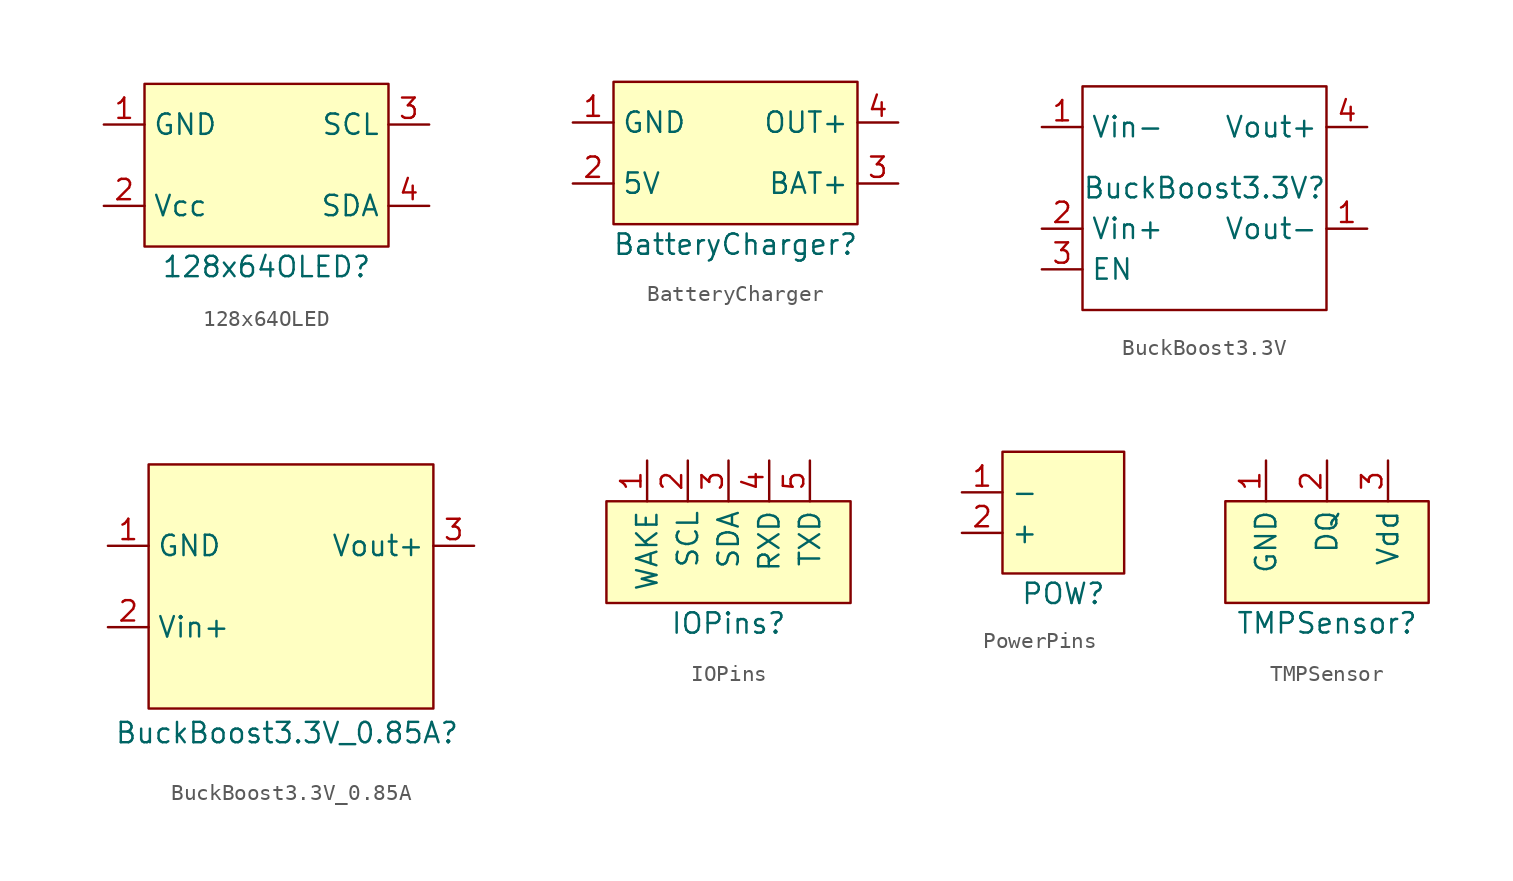
<source format=kicad_sym>
(kicad_symbol_lib
  (version 20241209)
  (generator "kicad_symbol_editor")
  (generator_version "9.0")
  (symbol "128x64OLED"
    (property "Reference" "128x64OLED"
      (at 0 0 0)
      (effects (font (size 1.27 1.27))))
    (property "Value" ""
      (at 0 0 0)
      (effects (font (size 1.27 1.27))))
    (symbol "128x64OLED_0_1"
      (rectangle (start -7.62 11.43) (end 7.62 1.27) (stroke (width 0) (type default)) (fill (type background))))
    (symbol "128x64OLED_1_1"
      (pin power_in line (at -10.16 8.89 0) (length 2.54) (name "GND" (effects (font (size 1.27 1.27)))) (number "1" (effects (font (size 1.27 1.27)))))
      (pin power_in line (at -10.16 3.81 0) (length 2.54) (name "Vcc" (effects (font (size 1.27 1.27)))) (number "2" (effects (font (size 1.27 1.27)))))
      (pin input line (at 10.16 8.89 180) (length 2.54) (name "SCL" (effects (font (size 1.27 1.27)))) (number "3" (effects (font (size 1.27 1.27)))))
      (pin bidirectional line (at 10.16 3.81 180) (length 2.54) (name "SDA" (effects (font (size 1.27 1.27)))) (number "4" (effects (font (size 1.27 1.27)))))))
  (symbol "BatteryCharger"
    (property "Reference" "BatteryCharger"
      (at 0 0 0)
      (effects (font (size 1.27 1.27))))
    (property "Value" ""
      (at 0 0 0)
      (effects (font (size 1.27 1.27))))
    (symbol "BatteryCharger_0_1"
      (rectangle (start -7.62 10.16) (end 7.62 1.27) (stroke (width 0) (type default)) (fill (type background))))
    (symbol "BatteryCharger_1_1"
      (pin power_in line (at -10.16 7.62 0) (length 2.54) (name "GND" (effects (font (size 1.27 1.27)))) (number "1" (effects (font (size 1.27 1.27)))))
      (pin power_in line (at -10.16 3.81 0) (length 2.54) (name "5V" (effects (font (size 1.27 1.27)))) (number "2" (effects (font (size 1.27 1.27)))))
      (pin power_out line (at 10.16 7.62 180) (length 2.54) (name "OUT+" (effects (font (size 1.27 1.27)))) (number "4" (effects (font (size 1.27 1.27)))))
      (pin bidirectional line (at 10.16 3.81 180) (length 2.54) (name "BAT+" (effects (font (size 1.27 1.27)))) (number "3" (effects (font (size 1.27 1.27)))))))
  (symbol "BuckBoost3.3V"
    (property "Reference" "BuckBoost3.3V"
      (at 0 0 0)
      (effects (font (size 1.27 1.27))))
    (property "Value" ""
      (at 0 0 0)
      (effects (font (size 1.27 1.27))))
    (symbol "BuckBoost3.3V_0_1"
      (rectangle (start -7.62 6.35) (end 7.62 -7.62) (stroke (width 0) (type default)) (fill (type none))))
    (symbol "BuckBoost3.3V_1_1"
      (pin input line (at -10.16 3.81 0) (length 2.54) (name "Vin-" (effects (font (size 1.27 1.27)))) (number "1" (effects (font (size 1.27 1.27)))))
      (pin input line (at -10.16 -2.54 0) (length 2.54) (name "Vin+" (effects (font (size 1.27 1.27)))) (number "2" (effects (font (size 1.27 1.27)))))
      (pin input line (at -10.16 -5.08 0) (length 2.54) (name "EN" (effects (font (size 1.27 1.27)))) (number "3" (effects (font (size 1.27 1.27)))))
      (pin output line (at 10.16 3.81 180) (length 2.54) (name "Vout+" (effects (font (size 1.27 1.27)))) (number "4" (effects (font (size 1.27 1.27)))))
      (pin output line (at 10.16 -2.54 180) (length 2.54) (name "Vout-" (effects (font (size 1.27 1.27)))) (number "1" (effects (font (size 1.27 1.27)))))))
  (symbol "BuckBoost3.3V_0.85A"
    (property "Reference" "BuckBoost3.3V_0.85A"
      (at -0.254 -9.144 0)
      (effects (font (size 1.27 1.27))))
    (property "Value" ""
      (at 0 0 0)
      (effects (font (size 1.27 1.27))))
    (symbol "BuckBoost3.3V_0.85A_0_1"
      (rectangle (start -8.89 7.62) (end 8.89 -7.62) (stroke (width 0) (type default)) (fill (type background))))
    (symbol "BuckBoost3.3V_0.85A_1_1"
      (pin power_in line (at -11.43 2.54 0) (length 2.54) (name "GND" (effects (font (size 1.27 1.27)))) (number "1" (effects (font (size 1.27 1.27)))))
      (pin power_in line (at -11.43 -2.54 0) (length 2.54) (name "Vin+" (effects (font (size 1.27 1.27)))) (number "2" (effects (font (size 1.27 1.27)))))
      (pin power_out line (at 11.43 2.54 180) (length 2.54) (name "Vout+" (effects (font (size 1.27 1.27)))) (number "3" (effects (font (size 1.27 1.27)))))))
  (symbol "IOPins"
    (property "Reference" "IOPins"
      (at 0 0 0)
      (effects (font (size 1.27 1.27))))
    (property "Value" ""
      (at 0 0 0)
      (effects (font (size 1.27 1.27))))
    (symbol "IOPins_0_1"
      (rectangle (start -7.62 7.62) (end 7.62 1.27) (stroke (width 0) (type default)) (fill (type background))))
    (symbol "IOPins_1_1"
      (pin bidirectional line (at -5.08 10.16 270) (length 2.54) (name "WAKE" (effects (font (size 1.27 1.27)))) (number "1" (effects (font (size 1.27 1.27)))))
      (pin bidirectional line (at -2.54 10.16 270) (length 2.54) (name "SCL" (effects (font (size 1.27 1.27)))) (number "2" (effects (font (size 1.27 1.27)))))
      (pin bidirectional line (at 0 10.16 270) (length 2.54) (name "SDA" (effects (font (size 1.27 1.27)))) (number "3" (effects (font (size 1.27 1.27)))))
      (pin bidirectional line (at 2.54 10.16 270) (length 2.54) (name "RXD" (effects (font (size 1.27 1.27)))) (number "4" (effects (font (size 1.27 1.27)))))
      (pin bidirectional line (at 5.08 10.16 270) (length 2.54) (name "TXD" (effects (font (size 1.27 1.27)))) (number "5" (effects (font (size 1.27 1.27)))))))
  (symbol "PowerPins"
    (property "Reference" "POW"
      (at 0 0 0)
      (effects (font (size 1.27 1.27))))
    (property "Value" ""
      (at 0 0 0)
      (effects (font (size 1.27 1.27))))
    (symbol "PowerPins_0_1"
      (rectangle (start -3.81 8.89) (end 3.81 1.27) (stroke (width 0) (type default)) (fill (type background))))
    (symbol "PowerPins_1_1"
      (pin bidirectional line (at -6.35 6.35 0) (length 2.54) (name "-" (effects (font (size 1.27 1.27)))) (number "1" (effects (font (size 1.27 1.27)))))
      (pin bidirectional line (at -6.35 3.81 0) (length 2.54) (name "+" (effects (font (size 1.27 1.27)))) (number "2" (effects (font (size 1.27 1.27)))))))
  (symbol "TMPSensor"
    (property "Reference" "TMPSensor"
      (at 0 0 0)
      (effects (font (size 1.27 1.27))))
    (property "Value" ""
      (at 0 0 0)
      (effects (font (size 1.27 1.27))))
    (symbol "TMPSensor_0_1"
      (rectangle (start -6.35 7.62) (end 6.35 1.27) (stroke (width 0) (type default)) (fill (type background))))
    (symbol "TMPSensor_1_1"
      (pin power_in line (at -3.81 10.16 270) (length 2.54) (name "GND" (effects (font (size 1.27 1.27)))) (number "1" (effects (font (size 1.27 1.27)))))
      (pin bidirectional line (at 0 10.16 270) (length 2.54) (name "DQ" (effects (font (size 1.27 1.27)))) (number "2" (effects (font (size 1.27 1.27)))))
      (pin power_in line (at 3.81 10.16 270) (length 2.54) (name "Vdd" (effects (font (size 1.27 1.27)))) (number "3" (effects (font (size 1.27 1.27))))))))
</source>
